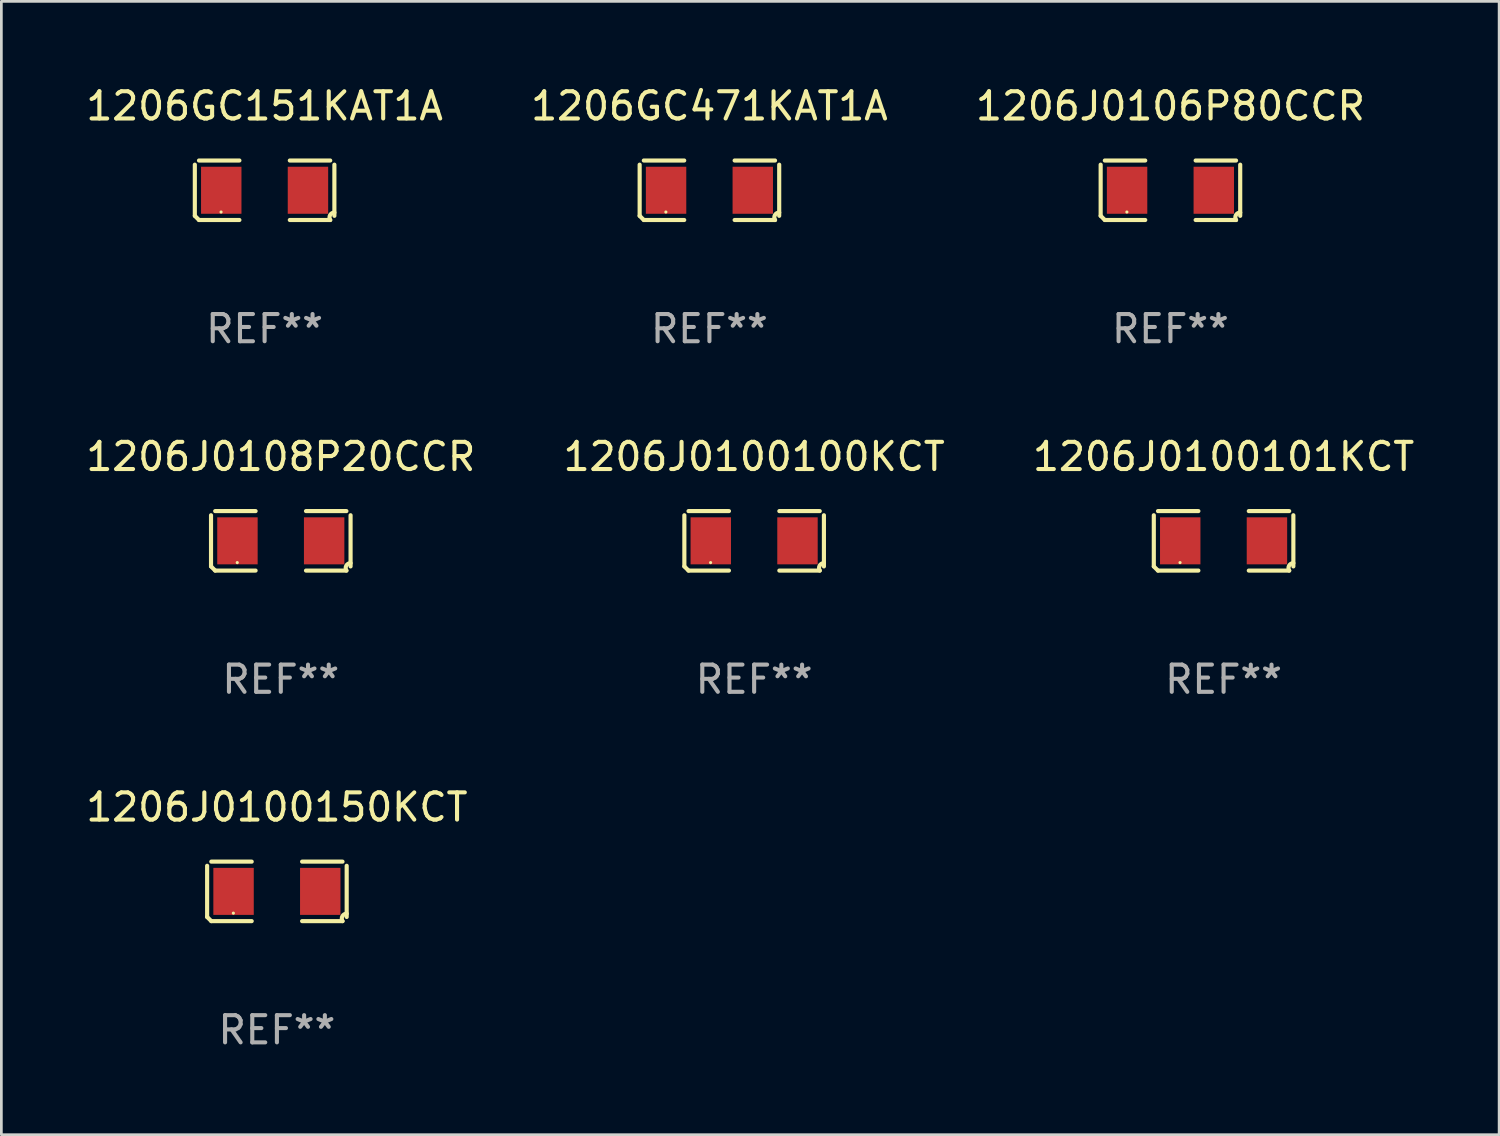
<source format=kicad_pcb>
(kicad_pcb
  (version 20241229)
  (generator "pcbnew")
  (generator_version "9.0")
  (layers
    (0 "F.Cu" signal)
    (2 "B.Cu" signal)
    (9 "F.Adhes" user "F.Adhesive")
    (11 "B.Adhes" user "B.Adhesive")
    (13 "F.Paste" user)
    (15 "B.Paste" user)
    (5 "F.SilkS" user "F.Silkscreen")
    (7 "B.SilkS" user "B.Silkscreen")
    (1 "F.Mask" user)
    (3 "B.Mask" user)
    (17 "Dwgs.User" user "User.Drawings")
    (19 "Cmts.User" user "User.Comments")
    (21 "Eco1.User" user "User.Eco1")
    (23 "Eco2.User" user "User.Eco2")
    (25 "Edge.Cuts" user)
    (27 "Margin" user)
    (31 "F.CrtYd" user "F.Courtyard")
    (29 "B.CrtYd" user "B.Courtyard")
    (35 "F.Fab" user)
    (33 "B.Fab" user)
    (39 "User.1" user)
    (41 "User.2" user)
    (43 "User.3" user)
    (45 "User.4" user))
  (footprint "1206GC151KAT1A"
    (layer "F.Cu")
    (at 6.673 3.941)
    (property "Reference" "1206GC151KAT1A" (at 0 -3.093 0) (layer "F.SilkS") (effects (font (size 1 1) (thickness 0.15))))
    (attr through_hole)
    (fp_line (start -2.564 0.94) (end -2.564 -0.94) (stroke (width 0.152) (type solid)) (layer "F.SilkS"))
    (fp_line (start -2.411 -1.093) (end -0.926 -1.093) (stroke (width 0.152) (type solid)) (layer "F.SilkS"))
    (fp_line (start -0.926 1.093) (end -2.411 1.093) (stroke (width 0.152) (type solid)) (layer "F.SilkS"))
    (fp_line (start 0.926 1.093) (end 2.411 1.093) (stroke (width 0.152) (type solid)) (layer "F.SilkS"))
    (fp_line (start 2.411 -1.093) (end 0.926 -1.093) (stroke (width 0.152) (type solid)) (layer "F.SilkS"))
    (fp_line (start 2.564 0.94) (end 2.564 -0.94) (stroke (width 0.152) (type solid)) (layer "F.SilkS"))
    (fp_arc (start -2.411201 1.092609) (mid -2.487413 1.01642) (end -2.563602 0.940208) (stroke (width 0.1524) (type solid)) (layer "F.SilkS"))
    (fp_arc (start 2.411201 1.092609) (mid 2.407159 0.911226) (end 2.563602 0.819347) (stroke (width 0.1524) (type solid)) (layer "F.SilkS"))
    (fp_circle (center -1.6 0.8) (end -1.57 0.8) (stroke (width 0.06) (type solid)) (fill no) (layer "F.SilkS"))
    (fp_text user "REF**" (at 0 5.093 0) (layer "F.Fab") (effects (font (size 1 1) (thickness 0.15))))
    (pad "1" smd rect (at -1.593 0) (size 1.485 1.728) (layers "F.Cu" "F.Mask" "F.Paste"))
    (pad "2" smd rect (at 1.593 0) (size 1.485 1.728) (layers "F.Cu" "F.Mask" "F.Paste")))
  (footprint "1206GC471KAT1A"
    (layer "F.Cu")
    (at 23.018 3.941)
    (property "Reference" "1206GC471KAT1A" (at 0 -3.093 0) (layer "F.SilkS") (effects (font (size 1 1) (thickness 0.15))))
    (attr through_hole)
    (fp_line (start -2.564 0.94) (end -2.564 -0.94) (stroke (width 0.152) (type solid)) (layer "F.SilkS"))
    (fp_line (start -2.411 -1.093) (end -0.926 -1.093) (stroke (width 0.152) (type solid)) (layer "F.SilkS"))
    (fp_line (start -0.926 1.093) (end -2.411 1.093) (stroke (width 0.152) (type solid)) (layer "F.SilkS"))
    (fp_line (start 0.926 1.093) (end 2.411 1.093) (stroke (width 0.152) (type solid)) (layer "F.SilkS"))
    (fp_line (start 2.411 -1.093) (end 0.926 -1.093) (stroke (width 0.152) (type solid)) (layer "F.SilkS"))
    (fp_line (start 2.564 0.94) (end 2.564 -0.94) (stroke (width 0.152) (type solid)) (layer "F.SilkS"))
    (fp_arc (start -2.411201 1.092609) (mid -2.487413 1.01642) (end -2.563602 0.940208) (stroke (width 0.1524) (type solid)) (layer "F.SilkS"))
    (fp_arc (start 2.411201 1.092609) (mid 2.407159 0.911226) (end 2.563602 0.819347) (stroke (width 0.1524) (type solid)) (layer "F.SilkS"))
    (fp_circle (center -1.6 0.8) (end -1.57 0.8) (stroke (width 0.06) (type solid)) (fill no) (layer "F.SilkS"))
    (fp_text user "REF**" (at 0 5.093 0) (layer "F.Fab") (effects (font (size 1 1) (thickness 0.15))))
    (pad "1" smd rect (at -1.593 0) (size 1.485 1.728) (layers "F.Cu" "F.Mask" "F.Paste"))
    (pad "2" smd rect (at 1.593 0) (size 1.485 1.728) (layers "F.Cu" "F.Mask" "F.Paste")))
  (footprint "1206J0100100KCT"
    (layer "F.Cu")
    (at 24.661 16.823)
    (property "Reference" "1206J0100100KCT" (at 0 -3.093 0) (layer "F.SilkS") (effects (font (size 1 1) (thickness 0.15))))
    (attr through_hole)
    (fp_line (start -2.564 0.94) (end -2.564 -0.94) (stroke (width 0.152) (type solid)) (layer "F.SilkS"))
    (fp_line (start -2.411 -1.093) (end -0.926 -1.093) (stroke (width 0.152) (type solid)) (layer "F.SilkS"))
    (fp_line (start -0.926 1.093) (end -2.411 1.093) (stroke (width 0.152) (type solid)) (layer "F.SilkS"))
    (fp_line (start 0.926 1.093) (end 2.411 1.093) (stroke (width 0.152) (type solid)) (layer "F.SilkS"))
    (fp_line (start 2.411 -1.093) (end 0.926 -1.093) (stroke (width 0.152) (type solid)) (layer "F.SilkS"))
    (fp_line (start 2.564 0.94) (end 2.564 -0.94) (stroke (width 0.152) (type solid)) (layer "F.SilkS"))
    (fp_arc (start -2.411201 1.092609) (mid -2.487413 1.01642) (end -2.563602 0.940208) (stroke (width 0.1524) (type solid)) (layer "F.SilkS"))
    (fp_arc (start 2.411201 1.092609) (mid 2.407159 0.911226) (end 2.563602 0.819347) (stroke (width 0.1524) (type solid)) (layer "F.SilkS"))
    (fp_circle (center -1.6 0.8) (end -1.57 0.8) (stroke (width 0.06) (type solid)) (fill no) (layer "F.SilkS"))
    (fp_text user "REF**" (at 0 5.093 0) (layer "F.Fab") (effects (font (size 1 1) (thickness 0.15))))
    (pad "1" smd rect (at -1.593 0) (size 1.485 1.728) (layers "F.Cu" "F.Mask" "F.Paste"))
    (pad "2" smd rect (at 1.593 0) (size 1.485 1.728) (layers "F.Cu" "F.Mask" "F.Paste")))
  (footprint "1206J0106P80CCR"
    (layer "F.Cu")
    (at 39.958 3.941)
    (property "Reference" "1206J0106P80CCR" (at 0 -3.093 0) (layer "F.SilkS") (effects (font (size 1 1) (thickness 0.15))))
    (attr through_hole)
    (fp_line (start -2.564 0.94) (end -2.564 -0.94) (stroke (width 0.152) (type solid)) (layer "F.SilkS"))
    (fp_line (start -2.411 -1.093) (end -0.926 -1.093) (stroke (width 0.152) (type solid)) (layer "F.SilkS"))
    (fp_line (start -0.926 1.093) (end -2.411 1.093) (stroke (width 0.152) (type solid)) (layer "F.SilkS"))
    (fp_line (start 0.926 1.093) (end 2.411 1.093) (stroke (width 0.152) (type solid)) (layer "F.SilkS"))
    (fp_line (start 2.411 -1.093) (end 0.926 -1.093) (stroke (width 0.152) (type solid)) (layer "F.SilkS"))
    (fp_line (start 2.564 0.94) (end 2.564 -0.94) (stroke (width 0.152) (type solid)) (layer "F.SilkS"))
    (fp_arc (start -2.411201 1.092609) (mid -2.487413 1.01642) (end -2.563602 0.940208) (stroke (width 0.1524) (type solid)) (layer "F.SilkS"))
    (fp_arc (start 2.411201 1.092609) (mid 2.407159 0.911226) (end 2.563602 0.819347) (stroke (width 0.1524) (type solid)) (layer "F.SilkS"))
    (fp_circle (center -1.6 0.8) (end -1.57 0.8) (stroke (width 0.06) (type solid)) (fill no) (layer "F.SilkS"))
    (fp_text user "REF**" (at 0 5.093 0) (layer "F.Fab") (effects (font (size 1 1) (thickness 0.15))))
    (pad "1" smd rect (at -1.593 0) (size 1.485 1.728) (layers "F.Cu" "F.Mask" "F.Paste"))
    (pad "2" smd rect (at 1.593 0) (size 1.485 1.728) (layers "F.Cu" "F.Mask" "F.Paste")))
  (footprint "1206J0100150KCT"
    (layer "F.Cu")
    (at 7.125 29.704)
    (property "Reference" "1206J0100150KCT" (at 0 -3.093 0) (layer "F.SilkS") (effects (font (size 1 1) (thickness 0.15))))
    (attr through_hole)
    (fp_line (start -2.564 0.94) (end -2.564 -0.94) (stroke (width 0.152) (type solid)) (layer "F.SilkS"))
    (fp_line (start -2.411 -1.093) (end -0.926 -1.093) (stroke (width 0.152) (type solid)) (layer "F.SilkS"))
    (fp_line (start -0.926 1.093) (end -2.411 1.093) (stroke (width 0.152) (type solid)) (layer "F.SilkS"))
    (fp_line (start 0.926 1.093) (end 2.411 1.093) (stroke (width 0.152) (type solid)) (layer "F.SilkS"))
    (fp_line (start 2.411 -1.093) (end 0.926 -1.093) (stroke (width 0.152) (type solid)) (layer "F.SilkS"))
    (fp_line (start 2.564 0.94) (end 2.564 -0.94) (stroke (width 0.152) (type solid)) (layer "F.SilkS"))
    (fp_arc (start -2.411201 1.092609) (mid -2.487413 1.01642) (end -2.563602 0.940208) (stroke (width 0.1524) (type solid)) (layer "F.SilkS"))
    (fp_arc (start 2.411201 1.092609) (mid 2.407159 0.911226) (end 2.563602 0.819347) (stroke (width 0.1524) (type solid)) (layer "F.SilkS"))
    (fp_circle (center -1.6 0.8) (end -1.57 0.8) (stroke (width 0.06) (type solid)) (fill no) (layer "F.SilkS"))
    (fp_text user "REF**" (at 0 5.093 0) (layer "F.Fab") (effects (font (size 1 1) (thickness 0.15))))
    (pad "1" smd rect (at -1.593 0) (size 1.485 1.728) (layers "F.Cu" "F.Mask" "F.Paste"))
    (pad "2" smd rect (at 1.593 0) (size 1.485 1.728) (layers "F.Cu" "F.Mask" "F.Paste")))
  (footprint "1206J0108P20CCR"
    (layer "F.Cu")
    (at 7.268 16.823)
    (property "Reference" "1206J0108P20CCR" (at 0 -3.093 0) (layer "F.SilkS") (effects (font (size 1 1) (thickness 0.15))))
    (attr through_hole)
    (fp_line (start -2.564 0.94) (end -2.564 -0.94) (stroke (width 0.152) (type solid)) (layer "F.SilkS"))
    (fp_line (start -2.411 -1.093) (end -0.926 -1.093) (stroke (width 0.152) (type solid)) (layer "F.SilkS"))
    (fp_line (start -0.926 1.093) (end -2.411 1.093) (stroke (width 0.152) (type solid)) (layer "F.SilkS"))
    (fp_line (start 0.926 1.093) (end 2.411 1.093) (stroke (width 0.152) (type solid)) (layer "F.SilkS"))
    (fp_line (start 2.411 -1.093) (end 0.926 -1.093) (stroke (width 0.152) (type solid)) (layer "F.SilkS"))
    (fp_line (start 2.564 0.94) (end 2.564 -0.94) (stroke (width 0.152) (type solid)) (layer "F.SilkS"))
    (fp_arc (start -2.411201 1.092609) (mid -2.487413 1.01642) (end -2.563602 0.940208) (stroke (width 0.1524) (type solid)) (layer "F.SilkS"))
    (fp_arc (start 2.411201 1.092609) (mid 2.407159 0.911226) (end 2.563602 0.819347) (stroke (width 0.1524) (type solid)) (layer "F.SilkS"))
    (fp_circle (center -1.6 0.8) (end -1.57 0.8) (stroke (width 0.06) (type solid)) (fill no) (layer "F.SilkS"))
    (fp_text user "REF**" (at 0 5.093 0) (layer "F.Fab") (effects (font (size 1 1) (thickness 0.15))))
    (pad "1" smd rect (at -1.593 0) (size 1.485 1.728) (layers "F.Cu" "F.Mask" "F.Paste"))
    (pad "2" smd rect (at 1.593 0) (size 1.485 1.728) (layers "F.Cu" "F.Mask" "F.Paste")))
  (footprint "1206J0100101KCT"
    (layer "F.Cu")
    (at 41.911 16.823)
    (property "Reference" "1206J0100101KCT" (at 0 -3.093 0) (layer "F.SilkS") (effects (font (size 1 1) (thickness 0.15))))
    (attr through_hole)
    (fp_line (start -2.564 0.94) (end -2.564 -0.94) (stroke (width 0.152) (type solid)) (layer "F.SilkS"))
    (fp_line (start -2.411 -1.093) (end -0.926 -1.093) (stroke (width 0.152) (type solid)) (layer "F.SilkS"))
    (fp_line (start -0.926 1.093) (end -2.411 1.093) (stroke (width 0.152) (type solid)) (layer "F.SilkS"))
    (fp_line (start 0.926 1.093) (end 2.411 1.093) (stroke (width 0.152) (type solid)) (layer "F.SilkS"))
    (fp_line (start 2.411 -1.093) (end 0.926 -1.093) (stroke (width 0.152) (type solid)) (layer "F.SilkS"))
    (fp_line (start 2.564 0.94) (end 2.564 -0.94) (stroke (width 0.152) (type solid)) (layer "F.SilkS"))
    (fp_arc (start -2.411201 1.092609) (mid -2.487413 1.01642) (end -2.563602 0.940208) (stroke (width 0.1524) (type solid)) (layer "F.SilkS"))
    (fp_arc (start 2.411201 1.092609) (mid 2.407159 0.911226) (end 2.563602 0.819347) (stroke (width 0.1524) (type solid)) (layer "F.SilkS"))
    (fp_circle (center -1.6 0.8) (end -1.57 0.8) (stroke (width 0.06) (type solid)) (fill no) (layer "F.SilkS"))
    (fp_text user "REF**" (at 0 5.093 0) (layer "F.Fab") (effects (font (size 1 1) (thickness 0.15))))
    (pad "1" smd rect (at -1.593 0) (size 1.485 1.728) (layers "F.Cu" "F.Mask" "F.Paste"))
    (pad "2" smd rect (at 1.593 0) (size 1.485 1.728) (layers "F.Cu" "F.Mask" "F.Paste")))
  (gr_rect
    (start -3 -3)
    (end 52.036 38.645)
    (stroke (width 0.1) (type default))
    (fill no)
    (layer "Edge.Cuts")))
</source>
